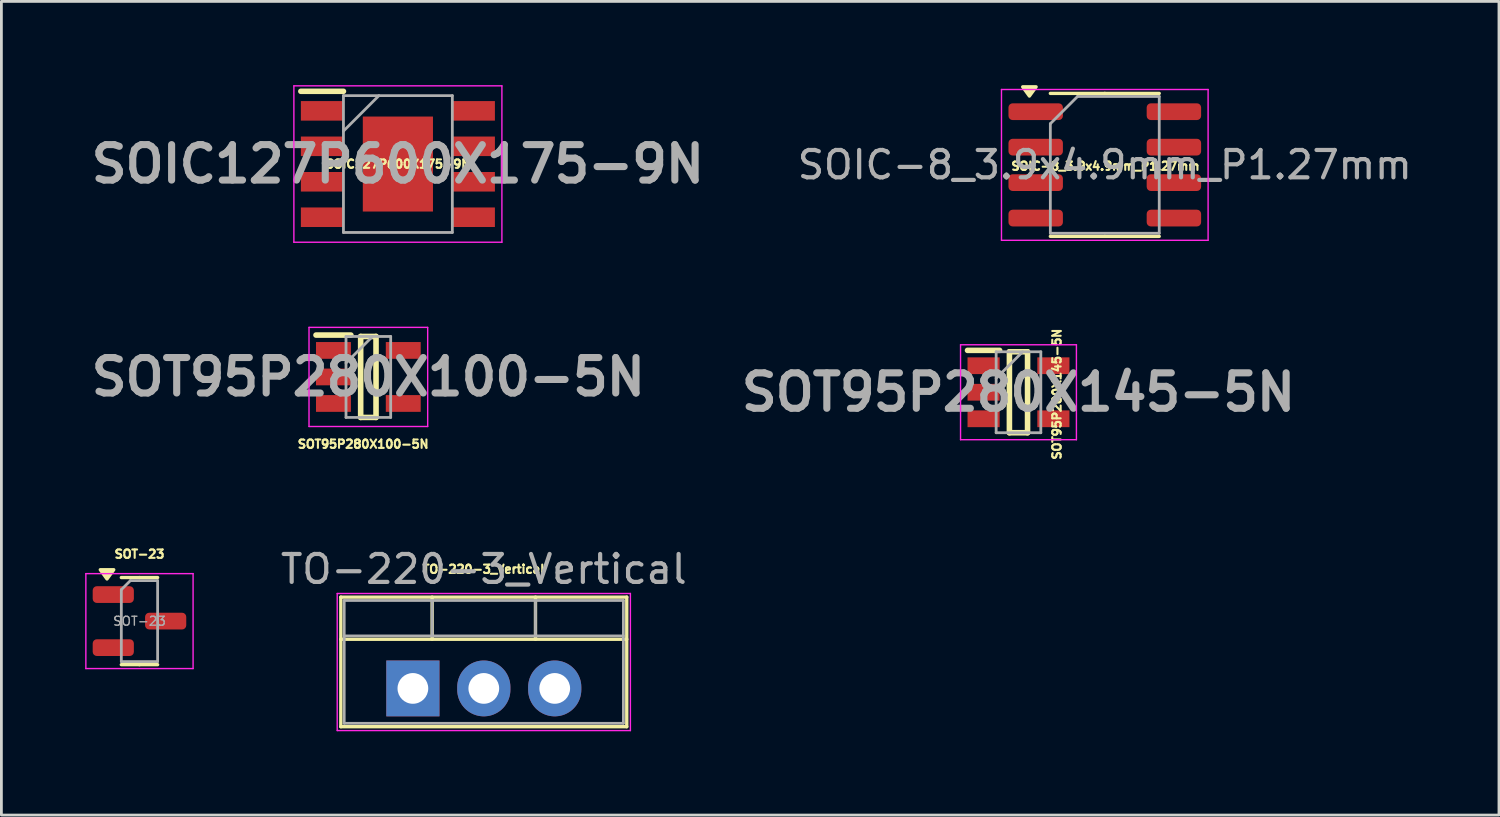
<source format=kicad_pcb>
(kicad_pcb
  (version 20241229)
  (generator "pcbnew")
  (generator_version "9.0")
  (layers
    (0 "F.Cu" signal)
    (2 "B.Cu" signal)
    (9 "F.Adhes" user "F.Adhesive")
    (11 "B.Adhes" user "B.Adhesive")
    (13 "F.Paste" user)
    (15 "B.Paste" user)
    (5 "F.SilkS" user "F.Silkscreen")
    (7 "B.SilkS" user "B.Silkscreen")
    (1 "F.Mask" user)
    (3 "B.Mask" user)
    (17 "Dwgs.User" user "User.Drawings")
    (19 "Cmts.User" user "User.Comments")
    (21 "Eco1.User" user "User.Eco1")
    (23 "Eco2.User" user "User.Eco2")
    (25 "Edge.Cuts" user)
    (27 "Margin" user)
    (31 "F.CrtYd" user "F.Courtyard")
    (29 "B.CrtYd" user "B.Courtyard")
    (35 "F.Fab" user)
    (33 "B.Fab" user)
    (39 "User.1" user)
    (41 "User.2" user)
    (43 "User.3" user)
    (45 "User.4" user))
  (footprint "TO-220-3_Vertical"
    (layer "F.Cu")
    (at 11.737 21.605)
    (property "Reference" "TO-220-3_Vertical" (at 2.54 -4.27 180) (layer "F.SilkS") (effects (font (size 0.3 0.3) (thickness 0.15))))
    (attr through_hole)
    (fp_line (start -2.58 -3.27) (end -2.58 1.371) (stroke (width 0.12) (type solid)) (layer "F.SilkS"))
    (fp_line (start -2.58 -3.27) (end 7.66 -3.27) (stroke (width 0.12) (type solid)) (layer "F.SilkS"))
    (fp_line (start -2.58 -1.76) (end 7.66 -1.76) (stroke (width 0.12) (type solid)) (layer "F.SilkS"))
    (fp_line (start -2.58 1.371) (end 7.66 1.371) (stroke (width 0.12) (type solid)) (layer "F.SilkS"))
    (fp_line (start 0.69 -3.27) (end 0.69 -1.76) (stroke (width 0.12) (type solid)) (layer "F.SilkS"))
    (fp_line (start 4.391 -3.27) (end 4.391 -1.76) (stroke (width 0.12) (type solid)) (layer "F.SilkS"))
    (fp_line (start 7.66 -3.27) (end 7.66 1.371) (stroke (width 0.12) (type solid)) (layer "F.SilkS"))
    (fp_line (start -2.71 -3.4) (end -2.71 1.51) (stroke (width 0.05) (type solid)) (layer "F.CrtYd"))
    (fp_line (start -2.71 1.51) (end 7.79 1.51) (stroke (width 0.05) (type solid)) (layer "F.CrtYd"))
    (fp_line (start 7.79 -3.4) (end -2.71 -3.4) (stroke (width 0.05) (type solid)) (layer "F.CrtYd"))
    (fp_line (start 7.79 1.51) (end 7.79 -3.4) (stroke (width 0.05) (type solid)) (layer "F.CrtYd"))
    (fp_line (start -2.46 -3.15) (end -2.46 1.25) (stroke (width 0.1) (type solid)) (layer "F.Fab"))
    (fp_line (start -2.46 -1.88) (end 7.54 -1.88) (stroke (width 0.1) (type solid)) (layer "F.Fab"))
    (fp_line (start -2.46 1.25) (end 7.54 1.25) (stroke (width 0.1) (type solid)) (layer "F.Fab"))
    (fp_line (start 0.69 -3.15) (end 0.69 -1.88) (stroke (width 0.1) (type solid)) (layer "F.Fab"))
    (fp_line (start 4.39 -3.15) (end 4.39 -1.88) (stroke (width 0.1) (type solid)) (layer "F.Fab"))
    (fp_line (start 7.54 -3.15) (end -2.46 -3.15) (stroke (width 0.1) (type solid)) (layer "F.Fab"))
    (fp_line (start 7.54 1.25) (end 7.54 -3.15) (stroke (width 0.1) (type solid)) (layer "F.Fab"))
    (fp_text user "${REFERENCE}" (at 2.54 -4.27 180) (layer "F.Fab") (effects (font (size 1 1) (thickness 0.15))))
    (pad "1" thru_hole rect (at 0 0) (size 1.905 2) (drill 1.1) (layers "*.Cu" "*.Mask"))
    (pad "2" thru_hole oval (at 2.54 0) (size 1.905 2) (drill 1.1) (layers "*.Cu" "*.Mask"))
    (pad "3" thru_hole oval (at 5.08 0) (size 1.905 2) (drill 1.1) (layers "*.Cu" "*.Mask")))
  (footprint "SOIC127P600X175-9N"
    (layer "F.Cu")
    (at 11.2 2.825)
    (property "Reference" "SOIC127P600X175-9N" (at 0 0 0) (layer "F.SilkS") (effects (font (size 0.3 0.3) (thickness 0.075))))
    (attr smd)
    (fp_line (start -3.475 -2.605) (end -1.95 -2.605) (stroke (width 0.2) (type solid)) (layer "F.SilkS"))
    (fp_line (start -3.725 -2.8) (end 3.725 -2.8) (stroke (width 0.05) (type solid)) (layer "F.CrtYd"))
    (fp_line (start -3.725 2.8) (end -3.725 -2.8) (stroke (width 0.05) (type solid)) (layer "F.CrtYd"))
    (fp_line (start 3.725 -2.8) (end 3.725 2.8) (stroke (width 0.05) (type solid)) (layer "F.CrtYd"))
    (fp_line (start 3.725 2.8) (end -3.725 2.8) (stroke (width 0.05) (type solid)) (layer "F.CrtYd"))
    (fp_line (start -1.95 -2.45) (end 1.95 -2.45) (stroke (width 0.1) (type solid)) (layer "F.Fab"))
    (fp_line (start -1.95 -1.18) (end -0.68 -2.45) (stroke (width 0.1) (type solid)) (layer "F.Fab"))
    (fp_line (start -1.95 2.45) (end -1.95 -2.45) (stroke (width 0.1) (type solid)) (layer "F.Fab"))
    (fp_line (start 1.95 -2.45) (end 1.95 2.45) (stroke (width 0.1) (type solid)) (layer "F.Fab"))
    (fp_line (start 1.95 2.45) (end -1.95 2.45) (stroke (width 0.1) (type solid)) (layer "F.Fab"))
    (fp_text user "${REFERENCE}" (at 0 0 0) (layer "F.Fab") (effects (font (size 1.27 1.27) (thickness 0.254))))
    (pad "1" smd rect (at -2.712 -1.905 90) (size 0.7 1.525) (layers "F.Cu" "F.Mask" "F.Paste"))
    (pad "2" smd rect (at -2.712 -0.635 90) (size 0.7 1.525) (layers "F.Cu" "F.Mask" "F.Paste"))
    (pad "3" smd rect (at -2.712 0.635 90) (size 0.7 1.525) (layers "F.Cu" "F.Mask" "F.Paste"))
    (pad "4" smd rect (at -2.712 1.905 90) (size 0.7 1.525) (layers "F.Cu" "F.Mask" "F.Paste"))
    (pad "5" smd rect (at 2.712 1.905 90) (size 0.7 1.525) (layers "F.Cu" "F.Mask" "F.Paste"))
    (pad "6" smd rect (at 2.712 0.635 90) (size 0.7 1.525) (layers "F.Cu" "F.Mask" "F.Paste"))
    (pad "7" smd rect (at 2.712 -0.635 90) (size 0.7 1.525) (layers "F.Cu" "F.Mask" "F.Paste"))
    (pad "8" smd rect (at 2.712 -1.905 90) (size 0.7 1.525) (layers "F.Cu" "F.Mask" "F.Paste"))
    (pad "9" smd rect (at 0 0) (size 2.513 3.402) (layers "F.Cu" "F.Mask" "F.Paste")))
  (footprint "SOT95P280X100-5N"
    (layer "F.Cu")
    (at 10.142 10.45)
    (property "Reference" "SOT95P280X100-5N" (at -0.185 2.405 0) (layer "F.SilkS") (effects (font (size 0.3 0.3) (thickness 0.075))))
    (attr smd)
    (fp_line (start -1.875 -1.5) (end -0.625 -1.5) (stroke (width 0.2) (type solid)) (layer "F.SilkS"))
    (fp_line (start -0.275 -1.45) (end 0.275 -1.45) (stroke (width 0.2) (type solid)) (layer "F.SilkS"))
    (fp_line (start -0.275 1.45) (end -0.275 -1.45) (stroke (width 0.2) (type solid)) (layer "F.SilkS"))
    (fp_line (start 0.275 -1.45) (end 0.275 1.45) (stroke (width 0.2) (type solid)) (layer "F.SilkS"))
    (fp_line (start 0.275 1.45) (end -0.275 1.45) (stroke (width 0.2) (type solid)) (layer "F.SilkS"))
    (fp_line (start -2.125 -1.775) (end 2.125 -1.775) (stroke (width 0.05) (type solid)) (layer "F.CrtYd"))
    (fp_line (start -2.125 1.775) (end -2.125 -1.775) (stroke (width 0.05) (type solid)) (layer "F.CrtYd"))
    (fp_line (start 2.125 -1.775) (end 2.125 1.775) (stroke (width 0.05) (type solid)) (layer "F.CrtYd"))
    (fp_line (start 2.125 1.775) (end -2.125 1.775) (stroke (width 0.05) (type solid)) (layer "F.CrtYd"))
    (fp_line (start -0.8 -1.45) (end 0.8 -1.45) (stroke (width 0.1) (type solid)) (layer "F.Fab"))
    (fp_line (start -0.8 -0.5) (end 0.15 -1.45) (stroke (width 0.1) (type solid)) (layer "F.Fab"))
    (fp_line (start -0.8 1.45) (end -0.8 -1.45) (stroke (width 0.1) (type solid)) (layer "F.Fab"))
    (fp_line (start 0.8 -1.45) (end 0.8 1.45) (stroke (width 0.1) (type solid)) (layer "F.Fab"))
    (fp_line (start 0.8 1.45) (end -0.8 1.45) (stroke (width 0.1) (type solid)) (layer "F.Fab"))
    (fp_text user "${REFERENCE}" (at 0 0 0) (layer "F.Fab") (effects (font (size 1.27 1.27) (thickness 0.254))))
    (pad "1" smd rect (at -1.25 -0.95 90) (size 0.6 1.25) (layers "F.Cu" "F.Mask" "F.Paste"))
    (pad "2" smd rect (at -1.25 0 90) (size 0.6 1.25) (layers "F.Cu" "F.Mask" "F.Paste"))
    (pad "3" smd rect (at -1.25 0.95 90) (size 0.6 1.25) (layers "F.Cu" "F.Mask" "F.Paste"))
    (pad "4" smd rect (at 1.25 0.95 90) (size 0.6 1.25) (layers "F.Cu" "F.Mask" "F.Paste"))
    (pad "5" smd rect (at 1.25 -0.95 90) (size 0.6 1.25) (layers "F.Cu" "F.Mask" "F.Paste")))
  (footprint "SOT95P280X145-5N"
    (layer "F.Cu")
    (at 33.426 10.998)
    (property "Reference" "SOT95P280X145-5N" (at 1.375 0.07 270) (layer "F.SilkS") (effects (font (size 0.3 0.3) (thickness 0.075))))
    (attr smd)
    (fp_line (start -1.825 -1.5) (end -0.675 -1.5) (stroke (width 0.2) (type solid)) (layer "F.SilkS"))
    (fp_line (start -0.325 -1.45) (end 0.325 -1.45) (stroke (width 0.2) (type solid)) (layer "F.SilkS"))
    (fp_line (start -0.325 1.45) (end -0.325 -1.45) (stroke (width 0.2) (type solid)) (layer "F.SilkS"))
    (fp_line (start 0.325 -1.45) (end 0.325 1.45) (stroke (width 0.2) (type solid)) (layer "F.SilkS"))
    (fp_line (start 0.325 1.45) (end -0.325 1.45) (stroke (width 0.2) (type solid)) (layer "F.SilkS"))
    (fp_line (start -2.075 -1.7) (end 2.075 -1.7) (stroke (width 0.05) (type solid)) (layer "F.CrtYd"))
    (fp_line (start -2.075 1.7) (end -2.075 -1.7) (stroke (width 0.05) (type solid)) (layer "F.CrtYd"))
    (fp_line (start 2.075 -1.7) (end 2.075 1.7) (stroke (width 0.05) (type solid)) (layer "F.CrtYd"))
    (fp_line (start 2.075 1.7) (end -2.075 1.7) (stroke (width 0.05) (type solid)) (layer "F.CrtYd"))
    (fp_line (start -0.8 -1.45) (end 0.8 -1.45) (stroke (width 0.1) (type solid)) (layer "F.Fab"))
    (fp_line (start -0.8 -0.5) (end 0.15 -1.45) (stroke (width 0.1) (type solid)) (layer "F.Fab"))
    (fp_line (start -0.8 1.45) (end -0.8 -1.45) (stroke (width 0.1) (type solid)) (layer "F.Fab"))
    (fp_line (start 0.8 -1.45) (end 0.8 1.45) (stroke (width 0.1) (type solid)) (layer "F.Fab"))
    (fp_line (start 0.8 1.45) (end -0.8 1.45) (stroke (width 0.1) (type solid)) (layer "F.Fab"))
    (fp_text user "${REFERENCE}" (at 0 0 180) (layer "F.Fab") (effects (font (size 1.27 1.27) (thickness 0.254))))
    (pad "1" smd rect (at -1.25 -0.95 90) (size 0.6 1.15) (layers "F.Cu" "F.Mask" "F.Paste"))
    (pad "2" smd rect (at -1.25 0 90) (size 0.6 1.15) (layers "F.Cu" "F.Mask" "F.Paste"))
    (pad "3" smd rect (at -1.25 0.95 90) (size 0.6 1.15) (layers "F.Cu" "F.Mask" "F.Paste"))
    (pad "4" smd rect (at 1.25 0.95 90) (size 0.6 1.15) (layers "F.Cu" "F.Mask" "F.Paste"))
    (pad "5" smd rect (at 1.25 -0.95 90) (size 0.6 1.15) (layers "F.Cu" "F.Mask" "F.Paste")))
  (footprint "SOIC-8_3.9x4.9mm_P1.27mm"
    (layer "F.Cu")
    (at 36.517 2.855)
    (property "Reference" "SOIC-8_3.9x4.9mm_P1.27mm" (at 0.025 0.045 0) (layer "F.SilkS") (effects (font (size 0.3 0.3) (thickness 0.15))))
    (attr smd)
    (fp_line (start 0 -2.56) (end -1.95 -2.56) (stroke (width 0.12) (type solid)) (layer "F.SilkS"))
    (fp_line (start 0 -2.56) (end 1.95 -2.56) (stroke (width 0.12) (type solid)) (layer "F.SilkS"))
    (fp_line (start 0 2.56) (end -1.95 2.56) (stroke (width 0.12) (type solid)) (layer "F.SilkS"))
    (fp_line (start 0 2.56) (end 1.95 2.56) (stroke (width 0.12) (type solid)) (layer "F.SilkS"))
    (fp_poly (pts (xy -2.7 -2.465) (xy -2.94 -2.795) (xy -2.46 -2.795) (xy -2.7 -2.465)) (stroke (width 0.12) (type solid)) (fill yes) (layer "F.SilkS"))
    (fp_line (start -3.7 -2.7) (end -3.7 2.7) (stroke (width 0.05) (type solid)) (layer "F.CrtYd"))
    (fp_line (start -3.7 2.7) (end 3.7 2.7) (stroke (width 0.05) (type solid)) (layer "F.CrtYd"))
    (fp_line (start 3.7 -2.7) (end -3.7 -2.7) (stroke (width 0.05) (type solid)) (layer "F.CrtYd"))
    (fp_line (start 3.7 2.7) (end 3.7 -2.7) (stroke (width 0.05) (type solid)) (layer "F.CrtYd"))
    (fp_line (start -1.95 -1.475) (end -0.975 -2.45) (stroke (width 0.1) (type solid)) (layer "F.Fab"))
    (fp_line (start -1.95 2.45) (end -1.95 -1.475) (stroke (width 0.1) (type solid)) (layer "F.Fab"))
    (fp_line (start -0.975 -2.45) (end 1.95 -2.45) (stroke (width 0.1) (type solid)) (layer "F.Fab"))
    (fp_line (start 1.95 -2.45) (end 1.95 2.45) (stroke (width 0.1) (type solid)) (layer "F.Fab"))
    (fp_line (start 1.95 2.45) (end -1.95 2.45) (stroke (width 0.1) (type solid)) (layer "F.Fab"))
    (fp_text user "${REFERENCE}" (at 0 0 0) (layer "F.Fab") (effects (font (size 0.98 0.98) (thickness 0.15))))
    (pad "1" smd roundrect (at -2.475 -1.905) (size 1.95 0.6) (layers "F.Cu" "F.Mask" "F.Paste") (roundrect_rratio 0.25))
    (pad "2" smd roundrect (at -2.475 -0.635) (size 1.95 0.6) (layers "F.Cu" "F.Mask" "F.Paste") (roundrect_rratio 0.25))
    (pad "3" smd roundrect (at -2.475 0.635) (size 1.95 0.6) (layers "F.Cu" "F.Mask" "F.Paste") (roundrect_rratio 0.25))
    (pad "4" smd roundrect (at -2.475 1.905) (size 1.95 0.6) (layers "F.Cu" "F.Mask" "F.Paste") (roundrect_rratio 0.25))
    (pad "5" smd roundrect (at 2.475 1.905) (size 1.95 0.6) (layers "F.Cu" "F.Mask" "F.Paste") (roundrect_rratio 0.25))
    (pad "6" smd roundrect (at 2.475 0.635) (size 1.95 0.6) (layers "F.Cu" "F.Mask" "F.Paste") (roundrect_rratio 0.25))
    (pad "7" smd roundrect (at 2.475 -0.635) (size 1.95 0.6) (layers "F.Cu" "F.Mask" "F.Paste") (roundrect_rratio 0.25))
    (pad "8" smd roundrect (at 2.475 -1.905) (size 1.95 0.6) (layers "F.Cu" "F.Mask" "F.Paste") (roundrect_rratio 0.25)))
  (footprint "SOT-23"
    (layer "F.Cu")
    (at 1.945 19.194)
    (property "Reference" "SOT-23" (at 0 -2.4 180) (layer "F.SilkS") (effects (font (size 0.3 0.3) (thickness 0.15))))
    (attr smd)
    (fp_line (start 0 -1.56) (end -0.65 -1.56) (stroke (width 0.12) (type solid)) (layer "F.SilkS"))
    (fp_line (start 0 -1.56) (end 0.65 -1.56) (stroke (width 0.12) (type solid)) (layer "F.SilkS"))
    (fp_line (start 0 1.56) (end -0.65 1.56) (stroke (width 0.12) (type solid)) (layer "F.SilkS"))
    (fp_line (start 0 1.56) (end 0.65 1.56) (stroke (width 0.12) (type solid)) (layer "F.SilkS"))
    (fp_poly (pts (xy -1.163 -1.51) (xy -1.403 -1.84) (xy -0.922 -1.84) (xy -1.163 -1.51)) (stroke (width 0.12) (type solid)) (fill yes) (layer "F.SilkS"))
    (fp_line (start -1.92 -1.7) (end -1.92 1.7) (stroke (width 0.05) (type solid)) (layer "F.CrtYd"))
    (fp_line (start -1.92 1.7) (end 1.92 1.7) (stroke (width 0.05) (type solid)) (layer "F.CrtYd"))
    (fp_line (start 1.92 -1.7) (end -1.92 -1.7) (stroke (width 0.05) (type solid)) (layer "F.CrtYd"))
    (fp_line (start 1.92 1.7) (end 1.92 -1.7) (stroke (width 0.05) (type solid)) (layer "F.CrtYd"))
    (fp_line (start -0.65 -1.125) (end -0.325 -1.45) (stroke (width 0.1) (type solid)) (layer "F.Fab"))
    (fp_line (start -0.65 1.45) (end -0.65 -1.125) (stroke (width 0.1) (type solid)) (layer "F.Fab"))
    (fp_line (start -0.325 -1.45) (end 0.65 -1.45) (stroke (width 0.1) (type solid)) (layer "F.Fab"))
    (fp_line (start 0.65 -1.45) (end 0.65 1.45) (stroke (width 0.1) (type solid)) (layer "F.Fab"))
    (fp_line (start 0.65 1.45) (end -0.65 1.45) (stroke (width 0.1) (type solid)) (layer "F.Fab"))
    (fp_text user "${REFERENCE}" (at 0 0 180) (layer "F.Fab") (effects (font (size 0.32 0.32) (thickness 0.05))))
    (pad "1" smd roundrect (at -0.938 -0.95) (size 1.475 0.6) (layers "F.Cu" "F.Mask" "F.Paste") (roundrect_rratio 0.25))
    (pad "2" smd roundrect (at -0.938 0.95) (size 1.475 0.6) (layers "F.Cu" "F.Mask" "F.Paste") (roundrect_rratio 0.25))
    (pad "3" smd roundrect (at 0.938 0) (size 1.475 0.6) (layers "F.Cu" "F.Mask" "F.Paste") (roundrect_rratio 0.25)))
  (gr_rect
    (start -3 -3)
    (end 50.634 26.14)
    (stroke (width 0.1) (type default))
    (fill no)
    (layer "Edge.Cuts")))
</source>
